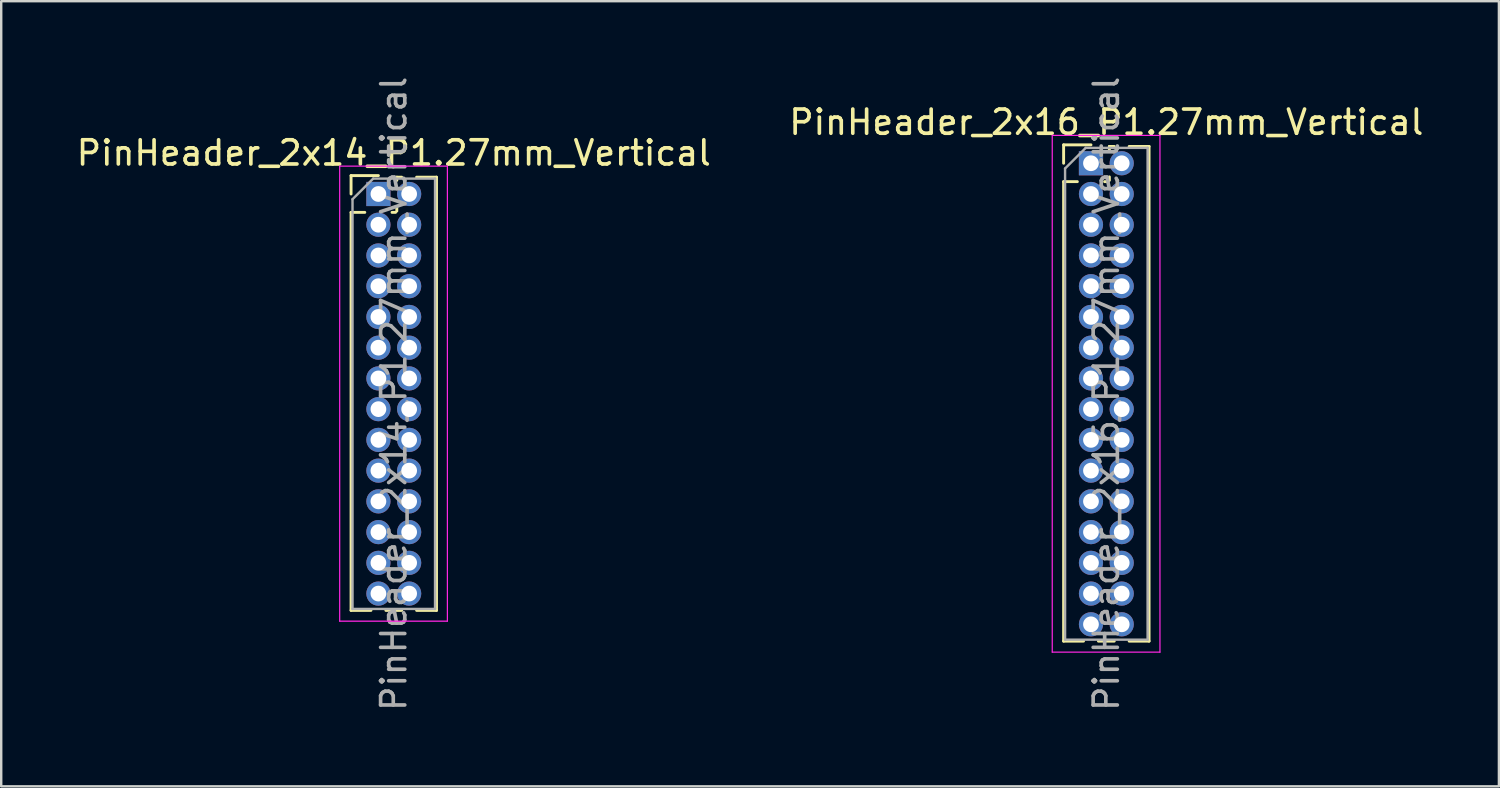
<source format=kicad_pcb>
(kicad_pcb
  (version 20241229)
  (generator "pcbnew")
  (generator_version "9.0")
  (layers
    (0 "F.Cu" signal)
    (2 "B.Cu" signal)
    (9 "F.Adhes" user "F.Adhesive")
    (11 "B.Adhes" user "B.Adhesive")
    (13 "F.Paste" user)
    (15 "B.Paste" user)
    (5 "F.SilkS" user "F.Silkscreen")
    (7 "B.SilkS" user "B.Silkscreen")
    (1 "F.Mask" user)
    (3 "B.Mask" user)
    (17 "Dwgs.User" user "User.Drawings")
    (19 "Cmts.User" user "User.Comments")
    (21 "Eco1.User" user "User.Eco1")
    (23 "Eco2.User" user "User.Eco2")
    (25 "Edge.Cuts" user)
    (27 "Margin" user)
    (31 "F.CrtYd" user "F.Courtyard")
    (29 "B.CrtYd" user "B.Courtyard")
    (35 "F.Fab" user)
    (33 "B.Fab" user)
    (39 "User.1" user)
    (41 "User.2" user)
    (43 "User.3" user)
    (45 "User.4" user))
  (footprint "PinHeader_2x16_P1.27mm_Vertical"
    (layer "F.Cu")
    (at 42.026 3.695)
    (property "Reference" "PinHeader_2x16_P1.27mm_Vertical" (at 0.635 -1.695 0) (layer "F.SilkS") (effects (font (size 1 1) (thickness 0.15))))
    (attr through_hole)
    (fp_line (start -1.13 -0.76) (end 0 -0.76) (stroke (width 0.12) (type solid)) (layer "F.SilkS"))
    (fp_line (start -1.13 0) (end -1.13 -0.76) (stroke (width 0.12) (type solid)) (layer "F.SilkS"))
    (fp_line (start -1.13 0.76) (end -1.13 19.745) (stroke (width 0.12) (type solid)) (layer "F.SilkS"))
    (fp_line (start -1.13 0.76) (end -0.563 0.76) (stroke (width 0.12) (type solid)) (layer "F.SilkS"))
    (fp_line (start -1.13 19.745) (end -0.308 19.745) (stroke (width 0.12) (type solid)) (layer "F.SilkS"))
    (fp_line (start 0.308 19.745) (end 0.962 19.745) (stroke (width 0.12) (type solid)) (layer "F.SilkS"))
    (fp_line (start 0.563 0.76) (end 0.707 0.76) (stroke (width 0.12) (type solid)) (layer "F.SilkS"))
    (fp_line (start 0.76 -0.695) (end 0.962 -0.695) (stroke (width 0.12) (type solid)) (layer "F.SilkS"))
    (fp_line (start 0.76 -0.563) (end 0.76 -0.695) (stroke (width 0.12) (type solid)) (layer "F.SilkS"))
    (fp_line (start 0.76 0.707) (end 0.76 0.563) (stroke (width 0.12) (type solid)) (layer "F.SilkS"))
    (fp_line (start 1.578 -0.695) (end 2.4 -0.695) (stroke (width 0.12) (type solid)) (layer "F.SilkS"))
    (fp_line (start 1.578 19.745) (end 2.4 19.745) (stroke (width 0.12) (type solid)) (layer "F.SilkS"))
    (fp_line (start 2.4 -0.695) (end 2.4 19.745) (stroke (width 0.12) (type solid)) (layer "F.SilkS"))
    (fp_line (start -1.6 -1.15) (end -1.6 20.2) (stroke (width 0.05) (type solid)) (layer "F.CrtYd"))
    (fp_line (start -1.6 20.2) (end 2.85 20.2) (stroke (width 0.05) (type solid)) (layer "F.CrtYd"))
    (fp_line (start 2.85 -1.15) (end -1.6 -1.15) (stroke (width 0.05) (type solid)) (layer "F.CrtYd"))
    (fp_line (start 2.85 20.2) (end 2.85 -1.15) (stroke (width 0.05) (type solid)) (layer "F.CrtYd"))
    (fp_line (start -1.07 0.217) (end -0.217 -0.635) (stroke (width 0.1) (type solid)) (layer "F.Fab"))
    (fp_line (start -1.07 19.685) (end -1.07 0.217) (stroke (width 0.1) (type solid)) (layer "F.Fab"))
    (fp_line (start -0.217 -0.635) (end 2.34 -0.635) (stroke (width 0.1) (type solid)) (layer "F.Fab"))
    (fp_line (start 2.34 -0.635) (end 2.34 19.685) (stroke (width 0.1) (type solid)) (layer "F.Fab"))
    (fp_line (start 2.34 19.685) (end -1.07 19.685) (stroke (width 0.1) (type solid)) (layer "F.Fab"))
    (fp_text user "${REFERENCE}" (at 0.635 9.525 90) (layer "F.Fab") (effects (font (size 1 1) (thickness 0.15))))
    (pad "1" thru_hole rect (at 0 0) (size 1 1) (drill 0.65) (layers "*.Cu" "*.Mask"))
    (pad "2" thru_hole oval (at 1.27 0) (size 1 1) (drill 0.65) (layers "*.Cu" "*.Mask"))
    (pad "3" thru_hole oval (at 0 1.27) (size 1 1) (drill 0.65) (layers "*.Cu" "*.Mask"))
    (pad "4" thru_hole oval (at 1.27 1.27) (size 1 1) (drill 0.65) (layers "*.Cu" "*.Mask"))
    (pad "5" thru_hole oval (at 0 2.54) (size 1 1) (drill 0.65) (layers "*.Cu" "*.Mask"))
    (pad "6" thru_hole oval (at 1.27 2.54) (size 1 1) (drill 0.65) (layers "*.Cu" "*.Mask"))
    (pad "7" thru_hole oval (at 0 3.81) (size 1 1) (drill 0.65) (layers "*.Cu" "*.Mask"))
    (pad "8" thru_hole oval (at 1.27 3.81) (size 1 1) (drill 0.65) (layers "*.Cu" "*.Mask"))
    (pad "9" thru_hole oval (at 0 5.08) (size 1 1) (drill 0.65) (layers "*.Cu" "*.Mask"))
    (pad "10" thru_hole oval (at 1.27 5.08) (size 1 1) (drill 0.65) (layers "*.Cu" "*.Mask"))
    (pad "11" thru_hole oval (at 0 6.35) (size 1 1) (drill 0.65) (layers "*.Cu" "*.Mask"))
    (pad "12" thru_hole oval (at 1.27 6.35) (size 1 1) (drill 0.65) (layers "*.Cu" "*.Mask"))
    (pad "13" thru_hole oval (at 0 7.62) (size 1 1) (drill 0.65) (layers "*.Cu" "*.Mask"))
    (pad "14" thru_hole oval (at 1.27 7.62) (size 1 1) (drill 0.65) (layers "*.Cu" "*.Mask"))
    (pad "15" thru_hole oval (at 0 8.89) (size 1 1) (drill 0.65) (layers "*.Cu" "*.Mask"))
    (pad "16" thru_hole oval (at 1.27 8.89) (size 1 1) (drill 0.65) (layers "*.Cu" "*.Mask"))
    (pad "17" thru_hole oval (at 0 10.16) (size 1 1) (drill 0.65) (layers "*.Cu" "*.Mask"))
    (pad "18" thru_hole oval (at 1.27 10.16) (size 1 1) (drill 0.65) (layers "*.Cu" "*.Mask"))
    (pad "19" thru_hole oval (at 0 11.43) (size 1 1) (drill 0.65) (layers "*.Cu" "*.Mask"))
    (pad "20" thru_hole oval (at 1.27 11.43) (size 1 1) (drill 0.65) (layers "*.Cu" "*.Mask"))
    (pad "21" thru_hole oval (at 0 12.7) (size 1 1) (drill 0.65) (layers "*.Cu" "*.Mask"))
    (pad "22" thru_hole oval (at 1.27 12.7) (size 1 1) (drill 0.65) (layers "*.Cu" "*.Mask"))
    (pad "23" thru_hole oval (at 0 13.97) (size 1 1) (drill 0.65) (layers "*.Cu" "*.Mask"))
    (pad "24" thru_hole oval (at 1.27 13.97) (size 1 1) (drill 0.65) (layers "*.Cu" "*.Mask"))
    (pad "25" thru_hole oval (at 0 15.24) (size 1 1) (drill 0.65) (layers "*.Cu" "*.Mask"))
    (pad "26" thru_hole oval (at 1.27 15.24) (size 1 1) (drill 0.65) (layers "*.Cu" "*.Mask"))
    (pad "27" thru_hole oval (at 0 16.51) (size 1 1) (drill 0.65) (layers "*.Cu" "*.Mask"))
    (pad "28" thru_hole oval (at 1.27 16.51) (size 1 1) (drill 0.65) (layers "*.Cu" "*.Mask"))
    (pad "29" thru_hole oval (at 0 17.78) (size 1 1) (drill 0.65) (layers "*.Cu" "*.Mask"))
    (pad "30" thru_hole oval (at 1.27 17.78) (size 1 1) (drill 0.65) (layers "*.Cu" "*.Mask"))
    (pad "31" thru_hole oval (at 0 19.05) (size 1 1) (drill 0.65) (layers "*.Cu" "*.Mask"))
    (pad "32" thru_hole oval (at 1.27 19.05) (size 1 1) (drill 0.65) (layers "*.Cu" "*.Mask")))
  (footprint "PinHeader_2x14_P1.27mm_Vertical"
    (layer "F.Cu")
    (at 12.585 4.965)
    (property "Reference" "PinHeader_2x14_P1.27mm_Vertical" (at 0.635 -1.695 0) (layer "F.SilkS") (effects (font (size 1 1) (thickness 0.15))))
    (attr through_hole)
    (fp_line (start -1.13 -0.76) (end 0 -0.76) (stroke (width 0.12) (type solid)) (layer "F.SilkS"))
    (fp_line (start -1.13 0) (end -1.13 -0.76) (stroke (width 0.12) (type solid)) (layer "F.SilkS"))
    (fp_line (start -1.13 0.76) (end -1.13 17.205) (stroke (width 0.12) (type solid)) (layer "F.SilkS"))
    (fp_line (start -1.13 0.76) (end -0.563 0.76) (stroke (width 0.12) (type solid)) (layer "F.SilkS"))
    (fp_line (start -1.13 17.205) (end -0.308 17.205) (stroke (width 0.12) (type solid)) (layer "F.SilkS"))
    (fp_line (start 0.308 17.205) (end 0.962 17.205) (stroke (width 0.12) (type solid)) (layer "F.SilkS"))
    (fp_line (start 0.563 0.76) (end 0.707 0.76) (stroke (width 0.12) (type solid)) (layer "F.SilkS"))
    (fp_line (start 0.76 -0.695) (end 0.962 -0.695) (stroke (width 0.12) (type solid)) (layer "F.SilkS"))
    (fp_line (start 0.76 -0.563) (end 0.76 -0.695) (stroke (width 0.12) (type solid)) (layer "F.SilkS"))
    (fp_line (start 0.76 0.707) (end 0.76 0.563) (stroke (width 0.12) (type solid)) (layer "F.SilkS"))
    (fp_line (start 1.578 -0.695) (end 2.4 -0.695) (stroke (width 0.12) (type solid)) (layer "F.SilkS"))
    (fp_line (start 1.578 17.205) (end 2.4 17.205) (stroke (width 0.12) (type solid)) (layer "F.SilkS"))
    (fp_line (start 2.4 -0.695) (end 2.4 17.205) (stroke (width 0.12) (type solid)) (layer "F.SilkS"))
    (fp_line (start -1.6 -1.15) (end -1.6 17.65) (stroke (width 0.05) (type solid)) (layer "F.CrtYd"))
    (fp_line (start -1.6 17.65) (end 2.85 17.65) (stroke (width 0.05) (type solid)) (layer "F.CrtYd"))
    (fp_line (start 2.85 -1.15) (end -1.6 -1.15) (stroke (width 0.05) (type solid)) (layer "F.CrtYd"))
    (fp_line (start 2.85 17.65) (end 2.85 -1.15) (stroke (width 0.05) (type solid)) (layer "F.CrtYd"))
    (fp_line (start -1.07 0.217) (end -0.217 -0.635) (stroke (width 0.1) (type solid)) (layer "F.Fab"))
    (fp_line (start -1.07 17.145) (end -1.07 0.217) (stroke (width 0.1) (type solid)) (layer "F.Fab"))
    (fp_line (start -0.217 -0.635) (end 2.34 -0.635) (stroke (width 0.1) (type solid)) (layer "F.Fab"))
    (fp_line (start 2.34 -0.635) (end 2.34 17.145) (stroke (width 0.1) (type solid)) (layer "F.Fab"))
    (fp_line (start 2.34 17.145) (end -1.07 17.145) (stroke (width 0.1) (type solid)) (layer "F.Fab"))
    (fp_text user "${REFERENCE}" (at 0.635 8.255 90) (layer "F.Fab") (effects (font (size 1 1) (thickness 0.15))))
    (pad "1" thru_hole rect (at 0 0) (size 1 1) (drill 0.65) (layers "*.Cu" "*.Mask"))
    (pad "2" thru_hole oval (at 1.27 0) (size 1 1) (drill 0.65) (layers "*.Cu" "*.Mask"))
    (pad "3" thru_hole oval (at 0 1.27) (size 1 1) (drill 0.65) (layers "*.Cu" "*.Mask"))
    (pad "4" thru_hole oval (at 1.27 1.27) (size 1 1) (drill 0.65) (layers "*.Cu" "*.Mask"))
    (pad "5" thru_hole oval (at 0 2.54) (size 1 1) (drill 0.65) (layers "*.Cu" "*.Mask"))
    (pad "6" thru_hole oval (at 1.27 2.54) (size 1 1) (drill 0.65) (layers "*.Cu" "*.Mask"))
    (pad "7" thru_hole oval (at 0 3.81) (size 1 1) (drill 0.65) (layers "*.Cu" "*.Mask"))
    (pad "8" thru_hole oval (at 1.27 3.81) (size 1 1) (drill 0.65) (layers "*.Cu" "*.Mask"))
    (pad "9" thru_hole oval (at 0 5.08) (size 1 1) (drill 0.65) (layers "*.Cu" "*.Mask"))
    (pad "10" thru_hole oval (at 1.27 5.08) (size 1 1) (drill 0.65) (layers "*.Cu" "*.Mask"))
    (pad "11" thru_hole oval (at 0 6.35) (size 1 1) (drill 0.65) (layers "*.Cu" "*.Mask"))
    (pad "12" thru_hole oval (at 1.27 6.35) (size 1 1) (drill 0.65) (layers "*.Cu" "*.Mask"))
    (pad "13" thru_hole oval (at 0 7.62) (size 1 1) (drill 0.65) (layers "*.Cu" "*.Mask"))
    (pad "14" thru_hole oval (at 1.27 7.62) (size 1 1) (drill 0.65) (layers "*.Cu" "*.Mask"))
    (pad "15" thru_hole oval (at 0 8.89) (size 1 1) (drill 0.65) (layers "*.Cu" "*.Mask"))
    (pad "16" thru_hole oval (at 1.27 8.89) (size 1 1) (drill 0.65) (layers "*.Cu" "*.Mask"))
    (pad "17" thru_hole oval (at 0 10.16) (size 1 1) (drill 0.65) (layers "*.Cu" "*.Mask"))
    (pad "18" thru_hole oval (at 1.27 10.16) (size 1 1) (drill 0.65) (layers "*.Cu" "*.Mask"))
    (pad "19" thru_hole oval (at 0 11.43) (size 1 1) (drill 0.65) (layers "*.Cu" "*.Mask"))
    (pad "20" thru_hole oval (at 1.27 11.43) (size 1 1) (drill 0.65) (layers "*.Cu" "*.Mask"))
    (pad "21" thru_hole oval (at 0 12.7) (size 1 1) (drill 0.65) (layers "*.Cu" "*.Mask"))
    (pad "22" thru_hole oval (at 1.27 12.7) (size 1 1) (drill 0.65) (layers "*.Cu" "*.Mask"))
    (pad "23" thru_hole oval (at 0 13.97) (size 1 1) (drill 0.65) (layers "*.Cu" "*.Mask"))
    (pad "24" thru_hole oval (at 1.27 13.97) (size 1 1) (drill 0.65) (layers "*.Cu" "*.Mask"))
    (pad "25" thru_hole oval (at 0 15.24) (size 1 1) (drill 0.65) (layers "*.Cu" "*.Mask"))
    (pad "26" thru_hole oval (at 1.27 15.24) (size 1 1) (drill 0.65) (layers "*.Cu" "*.Mask"))
    (pad "27" thru_hole oval (at 0 16.51) (size 1 1) (drill 0.65) (layers "*.Cu" "*.Mask"))
    (pad "28" thru_hole oval (at 1.27 16.51) (size 1 1) (drill 0.65) (layers "*.Cu" "*.Mask")))
  (gr_rect
    (start -3 -3)
    (end 58.881 29.44)
    (stroke (width 0.1) (type default))
    (fill no)
    (layer "Edge.Cuts")))
</source>
